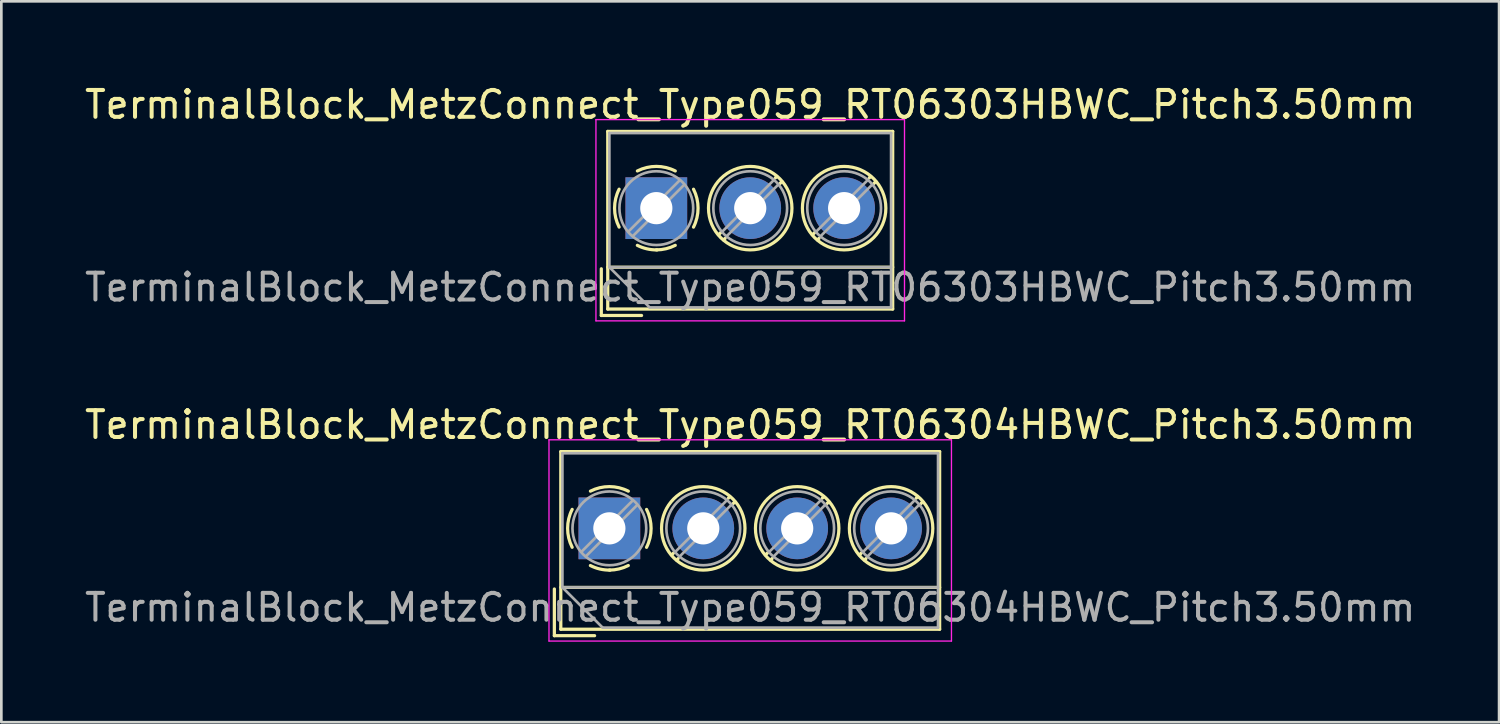
<source format=kicad_pcb>
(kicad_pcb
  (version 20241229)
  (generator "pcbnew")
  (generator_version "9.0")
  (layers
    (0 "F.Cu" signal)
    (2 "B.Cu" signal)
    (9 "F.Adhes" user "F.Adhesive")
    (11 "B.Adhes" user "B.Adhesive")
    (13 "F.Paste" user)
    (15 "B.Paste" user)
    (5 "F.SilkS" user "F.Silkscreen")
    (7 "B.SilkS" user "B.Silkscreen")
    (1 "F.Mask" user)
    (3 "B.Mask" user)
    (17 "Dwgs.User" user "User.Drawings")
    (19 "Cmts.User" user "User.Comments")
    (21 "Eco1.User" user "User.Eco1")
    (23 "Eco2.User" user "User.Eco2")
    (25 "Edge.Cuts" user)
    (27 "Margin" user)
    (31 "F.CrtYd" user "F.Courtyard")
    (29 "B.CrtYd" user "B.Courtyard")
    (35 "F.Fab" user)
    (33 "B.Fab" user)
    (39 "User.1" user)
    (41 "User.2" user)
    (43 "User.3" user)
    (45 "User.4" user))
  (footprint "TerminalBlock_MetzConnect_Type059_RT06304HBWC_Pitch3.50mm"
    (layer "F.Cu")
    (at 19.661 16.642)
    (property "Reference" "TerminalBlock_MetzConnect_Type059_RT06304HBWC_Pitch3.50mm" (at 5.25 -3.86 0) (layer "F.SilkS") (effects (font (size 1 1) (thickness 0.15))))
    (attr through_hole)
    (fp_line (start -2.05 2.26) (end -2.05 4) (stroke (width 0.12) (type solid)) (layer "F.SilkS"))
    (fp_line (start -2.05 4) (end -0.55 4) (stroke (width 0.12) (type solid)) (layer "F.SilkS"))
    (fp_line (start -1.81 -2.86) (end -1.81 3.76) (stroke (width 0.12) (type solid)) (layer "F.SilkS"))
    (fp_line (start -1.81 2.2) (end 12.31 2.2) (stroke (width 0.12) (type solid)) (layer "F.SilkS"))
    (fp_line (start -1.81 3.76) (end 12.31 3.76) (stroke (width 0.12) (type solid)) (layer "F.SilkS"))
    (fp_line (start 2.397 0.914) (end 2.321 0.99) (stroke (width 0.12) (type solid)) (layer "F.SilkS"))
    (fp_line (start 2.565 1.125) (end 2.511 1.18) (stroke (width 0.12) (type solid)) (layer "F.SilkS"))
    (fp_line (start 4.49 -1.18) (end 4.436 -1.126) (stroke (width 0.12) (type solid)) (layer "F.SilkS"))
    (fp_line (start 4.68 -0.99) (end 4.604 -0.914) (stroke (width 0.12) (type solid)) (layer "F.SilkS"))
    (fp_line (start 5.897 0.914) (end 5.821 0.99) (stroke (width 0.12) (type solid)) (layer "F.SilkS"))
    (fp_line (start 6.065 1.125) (end 6.011 1.18) (stroke (width 0.12) (type solid)) (layer "F.SilkS"))
    (fp_line (start 7.99 -1.18) (end 7.936 -1.126) (stroke (width 0.12) (type solid)) (layer "F.SilkS"))
    (fp_line (start 8.18 -0.99) (end 8.104 -0.914) (stroke (width 0.12) (type solid)) (layer "F.SilkS"))
    (fp_line (start 9.397 0.914) (end 9.321 0.99) (stroke (width 0.12) (type solid)) (layer "F.SilkS"))
    (fp_line (start 9.565 1.125) (end 9.511 1.18) (stroke (width 0.12) (type solid)) (layer "F.SilkS"))
    (fp_line (start 11.49 -1.18) (end 11.436 -1.126) (stroke (width 0.12) (type solid)) (layer "F.SilkS"))
    (fp_line (start 11.68 -0.99) (end 11.604 -0.914) (stroke (width 0.12) (type solid)) (layer "F.SilkS"))
    (fp_line (start 12.31 -2.86) (end -1.81 -2.86) (stroke (width 0.12) (type solid)) (layer "F.SilkS"))
    (fp_line (start 12.31 3.76) (end 12.31 -2.86) (stroke (width 0.12) (type solid)) (layer "F.SilkS"))
    (fp_arc (start -1.386645 0.705733) (mid -1.555906 -0.000711) (end -1.386 -0.707) (stroke (width 0.12) (type solid)) (layer "F.SilkS"))
    (fp_arc (start -0.705733 -1.386645) (mid 0.000711 -1.555906) (end 0.707 -1.386) (stroke (width 0.12) (type solid)) (layer "F.SilkS"))
    (fp_arc (start 0.026444 1.555682) (mid -0.350695 1.515869) (end -0.707 1.386) (stroke (width 0.12) (type solid)) (layer "F.SilkS"))
    (fp_arc (start 0.705955 1.385515) (mid 0.363007 1.512035) (end 0 1.555) (stroke (width 0.12) (type solid)) (layer "F.SilkS"))
    (fp_arc (start 1.386645 -0.705733) (mid 1.555906 0.000711) (end 1.386 0.707) (stroke (width 0.12) (type solid)) (layer "F.SilkS"))
    (fp_circle (center 3.5 0) (end 5.055 0) (stroke (width 0.12) (type solid)) (fill no) (layer "F.SilkS"))
    (fp_circle (center 7 0) (end 8.555 0) (stroke (width 0.12) (type solid)) (fill no) (layer "F.SilkS"))
    (fp_circle (center 10.5 0) (end 12.055 0) (stroke (width 0.12) (type solid)) (fill no) (layer "F.SilkS"))
    (fp_line (start -2.25 -3.3) (end -2.25 4.2) (stroke (width 0.05) (type solid)) (layer "F.CrtYd"))
    (fp_line (start -2.25 4.2) (end 12.75 4.2) (stroke (width 0.05) (type solid)) (layer "F.CrtYd"))
    (fp_line (start 12.75 -3.3) (end -2.25 -3.3) (stroke (width 0.05) (type solid)) (layer "F.CrtYd"))
    (fp_line (start 12.75 4.2) (end 12.75 -3.3) (stroke (width 0.05) (type solid)) (layer "F.CrtYd"))
    (fp_line (start -1.75 -2.8) (end 12.25 -2.8) (stroke (width 0.1) (type solid)) (layer "F.Fab"))
    (fp_line (start -1.75 2.2) (end -1.75 -2.8) (stroke (width 0.1) (type solid)) (layer "F.Fab"))
    (fp_line (start -1.75 2.2) (end 12.25 2.2) (stroke (width 0.1) (type solid)) (layer "F.Fab"))
    (fp_line (start -0.25 3.7) (end -1.75 2.2) (stroke (width 0.1) (type solid)) (layer "F.Fab"))
    (fp_line (start 0.876 -1.043) (end -1.043 0.875) (stroke (width 0.1) (type solid)) (layer "F.Fab"))
    (fp_line (start 1.043 -0.875) (end -0.876 1.043) (stroke (width 0.1) (type solid)) (layer "F.Fab"))
    (fp_line (start 4.376 -1.043) (end 2.458 0.875) (stroke (width 0.1) (type solid)) (layer "F.Fab"))
    (fp_line (start 4.543 -0.875) (end 2.625 1.043) (stroke (width 0.1) (type solid)) (layer "F.Fab"))
    (fp_line (start 7.876 -1.043) (end 5.958 0.875) (stroke (width 0.1) (type solid)) (layer "F.Fab"))
    (fp_line (start 8.043 -0.875) (end 6.125 1.043) (stroke (width 0.1) (type solid)) (layer "F.Fab"))
    (fp_line (start 11.376 -1.043) (end 9.458 0.875) (stroke (width 0.1) (type solid)) (layer "F.Fab"))
    (fp_line (start 11.543 -0.875) (end 9.625 1.043) (stroke (width 0.1) (type solid)) (layer "F.Fab"))
    (fp_line (start 12.25 -2.8) (end 12.25 3.7) (stroke (width 0.1) (type solid)) (layer "F.Fab"))
    (fp_line (start 12.25 3.7) (end -0.25 3.7) (stroke (width 0.1) (type solid)) (layer "F.Fab"))
    (fp_circle (center 0 0) (end 1.375 0) (stroke (width 0.1) (type solid)) (fill no) (layer "F.Fab"))
    (fp_circle (center 3.5 0) (end 4.875 0) (stroke (width 0.1) (type solid)) (fill no) (layer "F.Fab"))
    (fp_circle (center 7 0) (end 8.375 0) (stroke (width 0.1) (type solid)) (fill no) (layer "F.Fab"))
    (fp_circle (center 10.5 0) (end 11.875 0) (stroke (width 0.1) (type solid)) (fill no) (layer "F.Fab"))
    (fp_text user "${REFERENCE}" (at 5.25 2.95 0) (layer "F.Fab") (effects (font (size 1 1) (thickness 0.15))))
    (pad "1" thru_hole rect (at 0 0) (size 2.3 2.3) (drill 1.2) (layers "*.Cu" "*.Mask"))
    (pad "2" thru_hole circle (at 3.5 0) (size 2.3 2.3) (drill 1.2) (layers "*.Cu" "*.Mask"))
    (pad "3" thru_hole circle (at 7 0) (size 2.3 2.3) (drill 1.2) (layers "*.Cu" "*.Mask"))
    (pad "4" thru_hole circle (at 10.5 0) (size 2.3 2.3) (drill 1.2) (layers "*.Cu" "*.Mask")))
  (footprint "TerminalBlock_MetzConnect_Type059_RT06303HBWC_Pitch3.50mm"
    (layer "F.Cu")
    (at 21.411 4.708)
    (property "Reference" "TerminalBlock_MetzConnect_Type059_RT06303HBWC_Pitch3.50mm" (at 3.5 -3.86 0) (layer "F.SilkS") (effects (font (size 1 1) (thickness 0.15))))
    (attr through_hole)
    (fp_line (start -2.05 2.26) (end -2.05 4) (stroke (width 0.12) (type solid)) (layer "F.SilkS"))
    (fp_line (start -2.05 4) (end -0.55 4) (stroke (width 0.12) (type solid)) (layer "F.SilkS"))
    (fp_line (start -1.81 -2.86) (end -1.81 3.76) (stroke (width 0.12) (type solid)) (layer "F.SilkS"))
    (fp_line (start -1.81 2.2) (end 8.81 2.2) (stroke (width 0.12) (type solid)) (layer "F.SilkS"))
    (fp_line (start -1.81 3.76) (end 8.81 3.76) (stroke (width 0.12) (type solid)) (layer "F.SilkS"))
    (fp_line (start 2.397 0.914) (end 2.321 0.99) (stroke (width 0.12) (type solid)) (layer "F.SilkS"))
    (fp_line (start 2.565 1.125) (end 2.511 1.18) (stroke (width 0.12) (type solid)) (layer "F.SilkS"))
    (fp_line (start 4.49 -1.18) (end 4.436 -1.126) (stroke (width 0.12) (type solid)) (layer "F.SilkS"))
    (fp_line (start 4.68 -0.99) (end 4.604 -0.914) (stroke (width 0.12) (type solid)) (layer "F.SilkS"))
    (fp_line (start 5.897 0.914) (end 5.821 0.99) (stroke (width 0.12) (type solid)) (layer "F.SilkS"))
    (fp_line (start 6.065 1.125) (end 6.011 1.18) (stroke (width 0.12) (type solid)) (layer "F.SilkS"))
    (fp_line (start 7.99 -1.18) (end 7.936 -1.126) (stroke (width 0.12) (type solid)) (layer "F.SilkS"))
    (fp_line (start 8.18 -0.99) (end 8.104 -0.914) (stroke (width 0.12) (type solid)) (layer "F.SilkS"))
    (fp_line (start 8.81 -2.86) (end -1.81 -2.86) (stroke (width 0.12) (type solid)) (layer "F.SilkS"))
    (fp_line (start 8.81 3.76) (end 8.81 -2.86) (stroke (width 0.12) (type solid)) (layer "F.SilkS"))
    (fp_arc (start -1.386645 0.705733) (mid -1.555906 -0.000711) (end -1.386 -0.707) (stroke (width 0.12) (type solid)) (layer "F.SilkS"))
    (fp_arc (start -0.705733 -1.386645) (mid 0.000711 -1.555906) (end 0.707 -1.386) (stroke (width 0.12) (type solid)) (layer "F.SilkS"))
    (fp_arc (start 0.026444 1.555682) (mid -0.350695 1.515869) (end -0.707 1.386) (stroke (width 0.12) (type solid)) (layer "F.SilkS"))
    (fp_arc (start 0.705955 1.385515) (mid 0.363007 1.512035) (end 0 1.555) (stroke (width 0.12) (type solid)) (layer "F.SilkS"))
    (fp_arc (start 1.386645 -0.705733) (mid 1.555906 0.000711) (end 1.386 0.707) (stroke (width 0.12) (type solid)) (layer "F.SilkS"))
    (fp_circle (center 3.5 0) (end 5.055 0) (stroke (width 0.12) (type solid)) (fill no) (layer "F.SilkS"))
    (fp_circle (center 7 0) (end 8.555 0) (stroke (width 0.12) (type solid)) (fill no) (layer "F.SilkS"))
    (fp_line (start -2.25 -3.3) (end -2.25 4.2) (stroke (width 0.05) (type solid)) (layer "F.CrtYd"))
    (fp_line (start -2.25 4.2) (end 9.25 4.2) (stroke (width 0.05) (type solid)) (layer "F.CrtYd"))
    (fp_line (start 9.25 -3.3) (end -2.25 -3.3) (stroke (width 0.05) (type solid)) (layer "F.CrtYd"))
    (fp_line (start 9.25 4.2) (end 9.25 -3.3) (stroke (width 0.05) (type solid)) (layer "F.CrtYd"))
    (fp_line (start -1.75 -2.8) (end 8.75 -2.8) (stroke (width 0.1) (type solid)) (layer "F.Fab"))
    (fp_line (start -1.75 2.2) (end -1.75 -2.8) (stroke (width 0.1) (type solid)) (layer "F.Fab"))
    (fp_line (start -1.75 2.2) (end 8.75 2.2) (stroke (width 0.1) (type solid)) (layer "F.Fab"))
    (fp_line (start -0.25 3.7) (end -1.75 2.2) (stroke (width 0.1) (type solid)) (layer "F.Fab"))
    (fp_line (start 0.876 -1.043) (end -1.043 0.875) (stroke (width 0.1) (type solid)) (layer "F.Fab"))
    (fp_line (start 1.043 -0.875) (end -0.876 1.043) (stroke (width 0.1) (type solid)) (layer "F.Fab"))
    (fp_line (start 4.376 -1.043) (end 2.458 0.875) (stroke (width 0.1) (type solid)) (layer "F.Fab"))
    (fp_line (start 4.543 -0.875) (end 2.625 1.043) (stroke (width 0.1) (type solid)) (layer "F.Fab"))
    (fp_line (start 7.876 -1.043) (end 5.958 0.875) (stroke (width 0.1) (type solid)) (layer "F.Fab"))
    (fp_line (start 8.043 -0.875) (end 6.125 1.043) (stroke (width 0.1) (type solid)) (layer "F.Fab"))
    (fp_line (start 8.75 -2.8) (end 8.75 3.7) (stroke (width 0.1) (type solid)) (layer "F.Fab"))
    (fp_line (start 8.75 3.7) (end -0.25 3.7) (stroke (width 0.1) (type solid)) (layer "F.Fab"))
    (fp_circle (center 0 0) (end 1.375 0) (stroke (width 0.1) (type solid)) (fill no) (layer "F.Fab"))
    (fp_circle (center 3.5 0) (end 4.875 0) (stroke (width 0.1) (type solid)) (fill no) (layer "F.Fab"))
    (fp_circle (center 7 0) (end 8.375 0) (stroke (width 0.1) (type solid)) (fill no) (layer "F.Fab"))
    (fp_text user "${REFERENCE}" (at 3.5 2.95 0) (layer "F.Fab") (effects (font (size 1 1) (thickness 0.15))))
    (pad "1" thru_hole rect (at 0 0) (size 2.3 2.3) (drill 1.2) (layers "*.Cu" "*.Mask"))
    (pad "2" thru_hole circle (at 3.5 0) (size 2.3 2.3) (drill 1.2) (layers "*.Cu" "*.Mask"))
    (pad "3" thru_hole circle (at 7 0) (size 2.3 2.3) (drill 1.2) (layers "*.Cu" "*.Mask")))
  (gr_rect
    (start -3 -3)
    (end 52.821 23.866)
    (stroke (width 0.1) (type default))
    (fill no)
    (layer "Edge.Cuts")))
</source>
